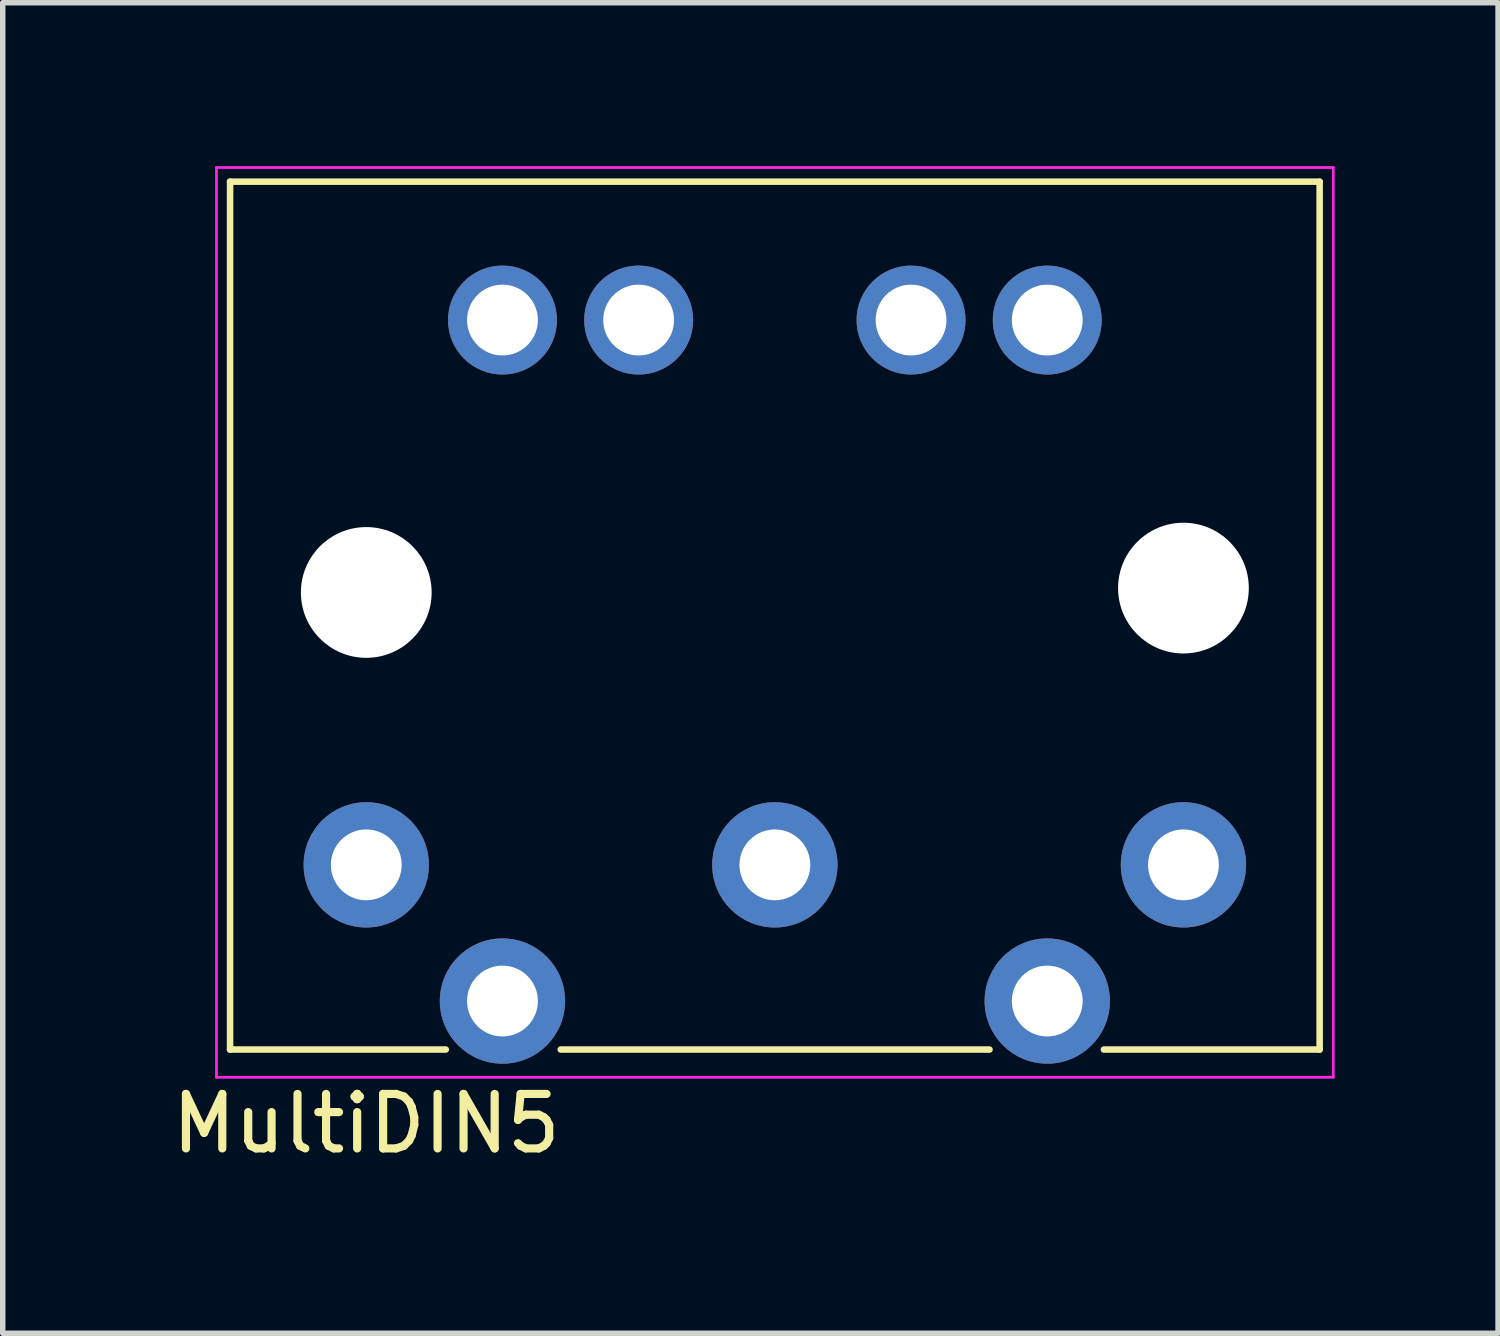
<source format=kicad_pcb>
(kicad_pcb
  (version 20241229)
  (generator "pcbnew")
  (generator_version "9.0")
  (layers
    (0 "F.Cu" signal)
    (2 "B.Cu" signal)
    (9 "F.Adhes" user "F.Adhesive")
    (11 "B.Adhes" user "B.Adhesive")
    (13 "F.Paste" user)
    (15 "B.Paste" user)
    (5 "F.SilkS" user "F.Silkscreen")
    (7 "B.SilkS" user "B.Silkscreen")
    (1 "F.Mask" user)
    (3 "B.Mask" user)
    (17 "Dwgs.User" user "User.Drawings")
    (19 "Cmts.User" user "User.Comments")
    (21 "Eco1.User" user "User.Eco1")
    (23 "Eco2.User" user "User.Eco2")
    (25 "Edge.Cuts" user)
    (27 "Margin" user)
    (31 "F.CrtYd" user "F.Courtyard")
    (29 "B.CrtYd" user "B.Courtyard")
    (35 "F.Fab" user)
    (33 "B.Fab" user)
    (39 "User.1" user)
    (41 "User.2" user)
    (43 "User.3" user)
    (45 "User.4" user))
  (footprint "MultiDIN5"
    (layer "F.Cu")
    (at 3.673 12.825)
    (property "Reference" "MultiDIN5" (at 0 4.75 0) (layer "F.SilkS") (effects (font (size 1 1) (thickness 0.15))))
    (attr through_hole)
    (fp_line (start -2.5 3.39) (end -2.5 -12.54) (stroke (width 0.12) (type solid)) (layer "F.SilkS"))
    (fp_line (start 1.46 3.39) (end -2.5 3.39) (stroke (width 0.12) (type solid)) (layer "F.SilkS"))
    (fp_line (start 11.44 3.39) (end 3.57 3.39) (stroke (width 0.12) (type solid)) (layer "F.SilkS"))
    (fp_line (start 17.5 -12.54) (end -2.5 -12.54) (stroke (width 0.12) (type solid)) (layer "F.SilkS"))
    (fp_line (start 17.5 3.39) (end 13.54 3.39) (stroke (width 0.12) (type solid)) (layer "F.SilkS"))
    (fp_line (start 17.5 3.39) (end 17.5 -12.54) (stroke (width 0.12) (type solid)) (layer "F.SilkS"))
    (fp_line (start -2.75 -12.8) (end -2.75 3.9) (stroke (width 0.05) (type solid)) (layer "F.CrtYd"))
    (fp_line (start 17.75 -12.8) (end -2.75 -12.8) (stroke (width 0.05) (type solid)) (layer "F.CrtYd"))
    (fp_line (start 17.75 3.9) (end -2.75 3.9) (stroke (width 0.05) (type solid)) (layer "F.CrtYd"))
    (fp_line (start 17.75 3.9) (end 17.75 -12.8) (stroke (width 0.05) (type solid)) (layer "F.CrtYd"))
    (pad "" np_thru_hole circle (at 0 -5) (size 2.4 2.4) (drill 2.4) (layers "*.Cu" "*.Mask"))
    (pad "" thru_hole circle (at 2.5 -10) (size 2 2) (drill 1.3) (layers "*.Cu" "*.Mask"))
    (pad "" thru_hole circle (at 5 -10) (size 2 2) (drill 1.3) (layers "*.Cu" "*.Mask"))
    (pad "" thru_hole circle (at 10 -10) (size 2 2) (drill 1.3) (layers "*.Cu" "*.Mask"))
    (pad "" thru_hole circle (at 12.5 -10) (size 2 2) (drill 1.3) (layers "*.Cu" "*.Mask"))
    (pad "" np_thru_hole circle (at 15 -5.08) (size 2.4 2.4) (drill 2.4) (layers "*.Cu" "*.Mask"))
    (pad "1" thru_hole circle (at 0 0) (size 2.3 2.3) (drill 1.3) (layers "*.Cu" "*.Mask"))
    (pad "2" thru_hole circle (at 7.5 0) (size 2.3 2.3) (drill 1.3) (layers "*.Cu" "*.Mask"))
    (pad "3" thru_hole circle (at 15 0) (size 2.3 2.3) (drill 1.3) (layers "*.Cu" "*.Mask"))
    (pad "4" thru_hole circle (at 2.5 2.5) (size 2.3 2.3) (drill 1.3) (layers "*.Cu" "*.Mask"))
    (pad "5" thru_hole circle (at 12.5 2.5) (size 2.3 2.3) (drill 1.3) (layers "*.Cu" "*.Mask")))
  (gr_rect
    (start -3 -3)
    (end 24.448 21.423)
    (stroke (width 0.1) (type default))
    (fill no)
    (layer "Edge.Cuts")))
</source>
